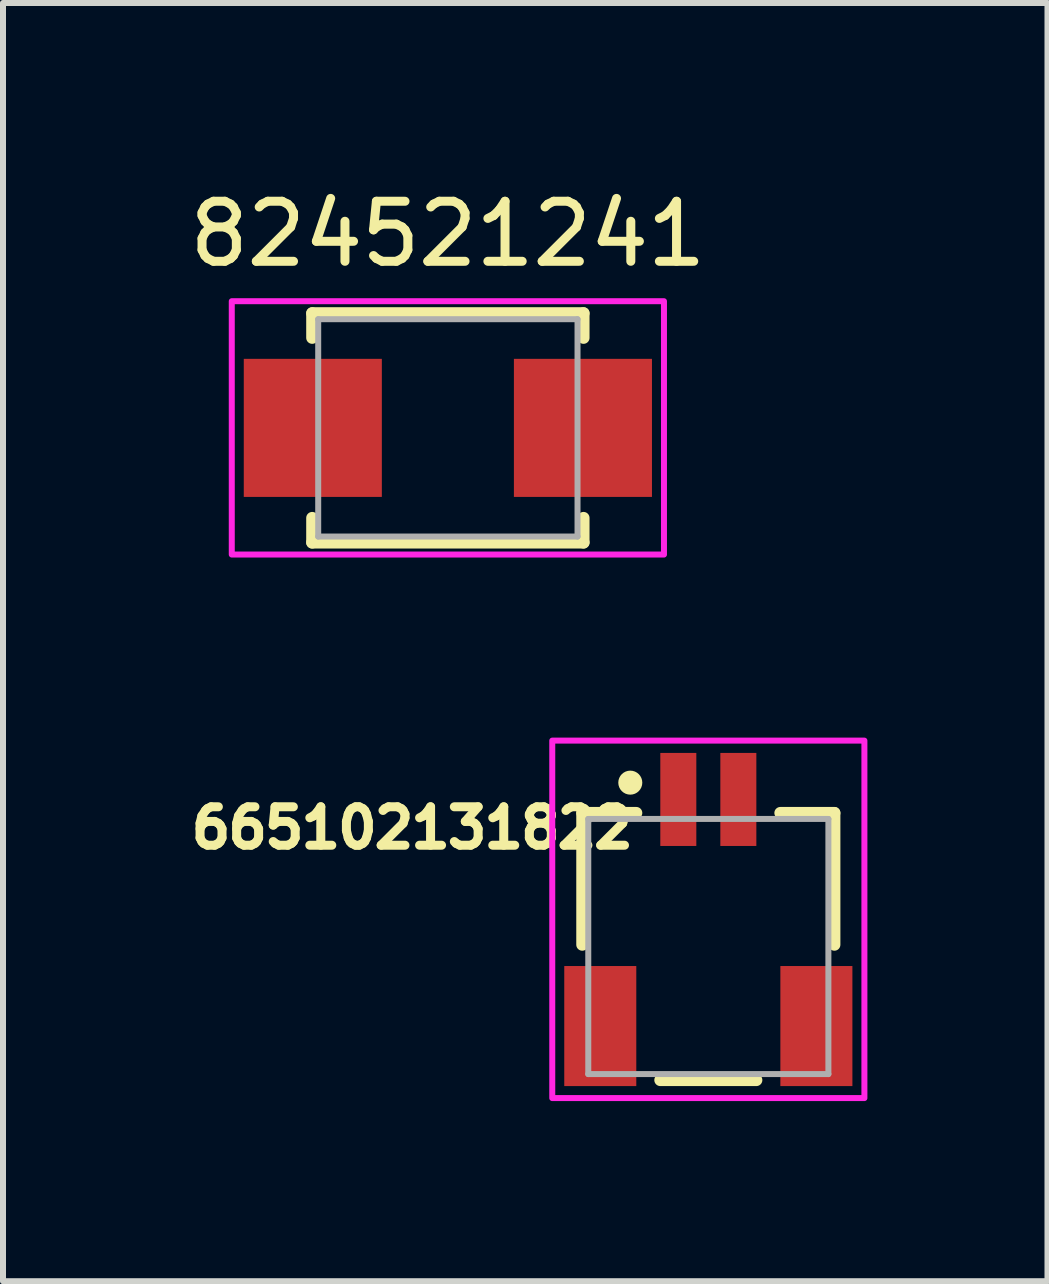
<source format=kicad_pcb>
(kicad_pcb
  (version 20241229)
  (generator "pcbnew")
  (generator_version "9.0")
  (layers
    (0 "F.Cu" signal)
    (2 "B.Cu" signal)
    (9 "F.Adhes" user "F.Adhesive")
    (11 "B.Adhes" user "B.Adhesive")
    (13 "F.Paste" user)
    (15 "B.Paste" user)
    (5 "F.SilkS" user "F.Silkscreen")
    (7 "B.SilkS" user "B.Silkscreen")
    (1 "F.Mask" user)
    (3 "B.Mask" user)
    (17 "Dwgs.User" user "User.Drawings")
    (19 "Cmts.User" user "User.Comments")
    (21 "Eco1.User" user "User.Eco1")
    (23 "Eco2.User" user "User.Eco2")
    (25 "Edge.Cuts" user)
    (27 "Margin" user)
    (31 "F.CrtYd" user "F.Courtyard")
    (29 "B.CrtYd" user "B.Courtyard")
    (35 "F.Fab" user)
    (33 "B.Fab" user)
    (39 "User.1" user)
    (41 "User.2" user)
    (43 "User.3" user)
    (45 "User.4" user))
  (footprint "665102131822"
    (layer "F.Cu")
    (at 8.75 12.188)
    (property "Reference" "665102131822" (at -4.932 -1.446 0) (layer "F.SilkS") (effects (font (size 0.64 0.64) (thickness 0.15))))
    (attr smd)
    (fp_line (start -2.1 -1.695) (end -2.1 0.5) (stroke (width 0.2) (type solid)) (layer "F.SilkS"))
    (fp_line (start -1.2 -1.695) (end -2.1 -1.695) (stroke (width 0.2) (type solid)) (layer "F.SilkS"))
    (fp_line (start -0.8 2.755) (end 0.8 2.755) (stroke (width 0.2) (type solid)) (layer "F.SilkS"))
    (fp_line (start 1.2 -1.695) (end 2.1 -1.695) (stroke (width 0.2) (type solid)) (layer "F.SilkS"))
    (fp_line (start 2.1 -1.695) (end 2.1 0.5) (stroke (width 0.2) (type solid)) (layer "F.SilkS"))
    (fp_circle (center -1.3 -2.2) (end -1.2 -2.2) (stroke (width 0.2) (type solid)) (fill no) (layer "F.SilkS"))
    (fp_poly (pts (xy -2.6 3.055) (xy 2.6 3.055) (xy 2.6 -2.9) (xy -2.6 -2.9)) (stroke (width 0.1) (type solid)) (fill no) (layer "F.CrtYd"))
    (fp_line (start -2 -1.595) (end 2 -1.595) (stroke (width 0.1) (type solid)) (layer "F.Fab"))
    (fp_line (start -2 2.655) (end -2 -1.595) (stroke (width 0.1) (type solid)) (layer "F.Fab"))
    (fp_line (start 2 -1.595) (end 2 2.655) (stroke (width 0.1) (type solid)) (layer "F.Fab"))
    (fp_line (start 2 2.655) (end -2 2.655) (stroke (width 0.1) (type solid)) (layer "F.Fab"))
    (pad "1" smd rect (at -0.5 -1.92) (size 0.6 1.55) (layers "F.Cu" "F.Mask" "F.Paste"))
    (pad "2" smd rect (at 0.5 -1.92) (size 0.6 1.55) (layers "F.Cu" "F.Mask" "F.Paste"))
    (pad "Z1" smd rect (at -1.8 1.855) (size 1.2 2) (layers "F.Cu" "F.Mask" "F.Paste"))
    (pad "Z2" smd rect (at 1.8 1.855) (size 1.2 2) (layers "F.Cu" "F.Mask" "F.Paste")))
  (footprint "824521241"
    (layer "F.Cu")
    (at 4.411 4.078)
    (property "Reference" "824521241" (at 0 -3.23 0) (layer "F.SilkS") (effects (font (size 1 1) (thickness 0.15))))
    (attr smd)
    (fp_line (start -2.26 -1.5) (end -2.26 -1.91) (stroke (width 0.2) (type solid)) (layer "F.SilkS"))
    (fp_line (start -2.26 1.5) (end -2.26 1.91) (stroke (width 0.2) (type solid)) (layer "F.SilkS"))
    (fp_line (start -2.26 1.91) (end 2.26 1.91) (stroke (width 0.2) (type solid)) (layer "F.SilkS"))
    (fp_line (start 2.26 -1.91) (end -2.26 -1.91) (stroke (width 0.2) (type solid)) (layer "F.SilkS"))
    (fp_line (start 2.26 -1.5) (end 2.26 -1.91) (stroke (width 0.2) (type solid)) (layer "F.SilkS"))
    (fp_line (start 2.26 1.5) (end 2.26 1.91) (stroke (width 0.2) (type solid)) (layer "F.SilkS"))
    (fp_poly (pts (xy -3.6 -2.11) (xy 3.6 -2.11) (xy 3.6 2.11) (xy -3.6 2.11)) (stroke (width 0.1) (type solid)) (fill no) (layer "F.CrtYd"))
    (fp_line (start -2.16 -1.81) (end -2.16 1.81) (stroke (width 0.1) (type solid)) (layer "F.Fab"))
    (fp_line (start -2.16 -1.81) (end 2.16 -1.81) (stroke (width 0.1) (type solid)) (layer "F.Fab"))
    (fp_line (start 2.16 1.81) (end -2.16 1.81) (stroke (width 0.1) (type solid)) (layer "F.Fab"))
    (fp_line (start 2.16 1.81) (end 2.16 -1.81) (stroke (width 0.1) (type solid)) (layer "F.Fab"))
    (pad "1" smd rect (at -2.25 0) (size 2.3 2.3) (layers "F.Cu" "F.Mask" "F.Paste"))
    (pad "2" smd rect (at 2.25 0) (size 2.3 2.3) (layers "F.Cu" "F.Mask" "F.Paste")))
  (gr_rect
    (start -3 -3)
    (end 14.4 18.293)
    (stroke (width 0.1) (type default))
    (fill no)
    (layer "Edge.Cuts")))
</source>
